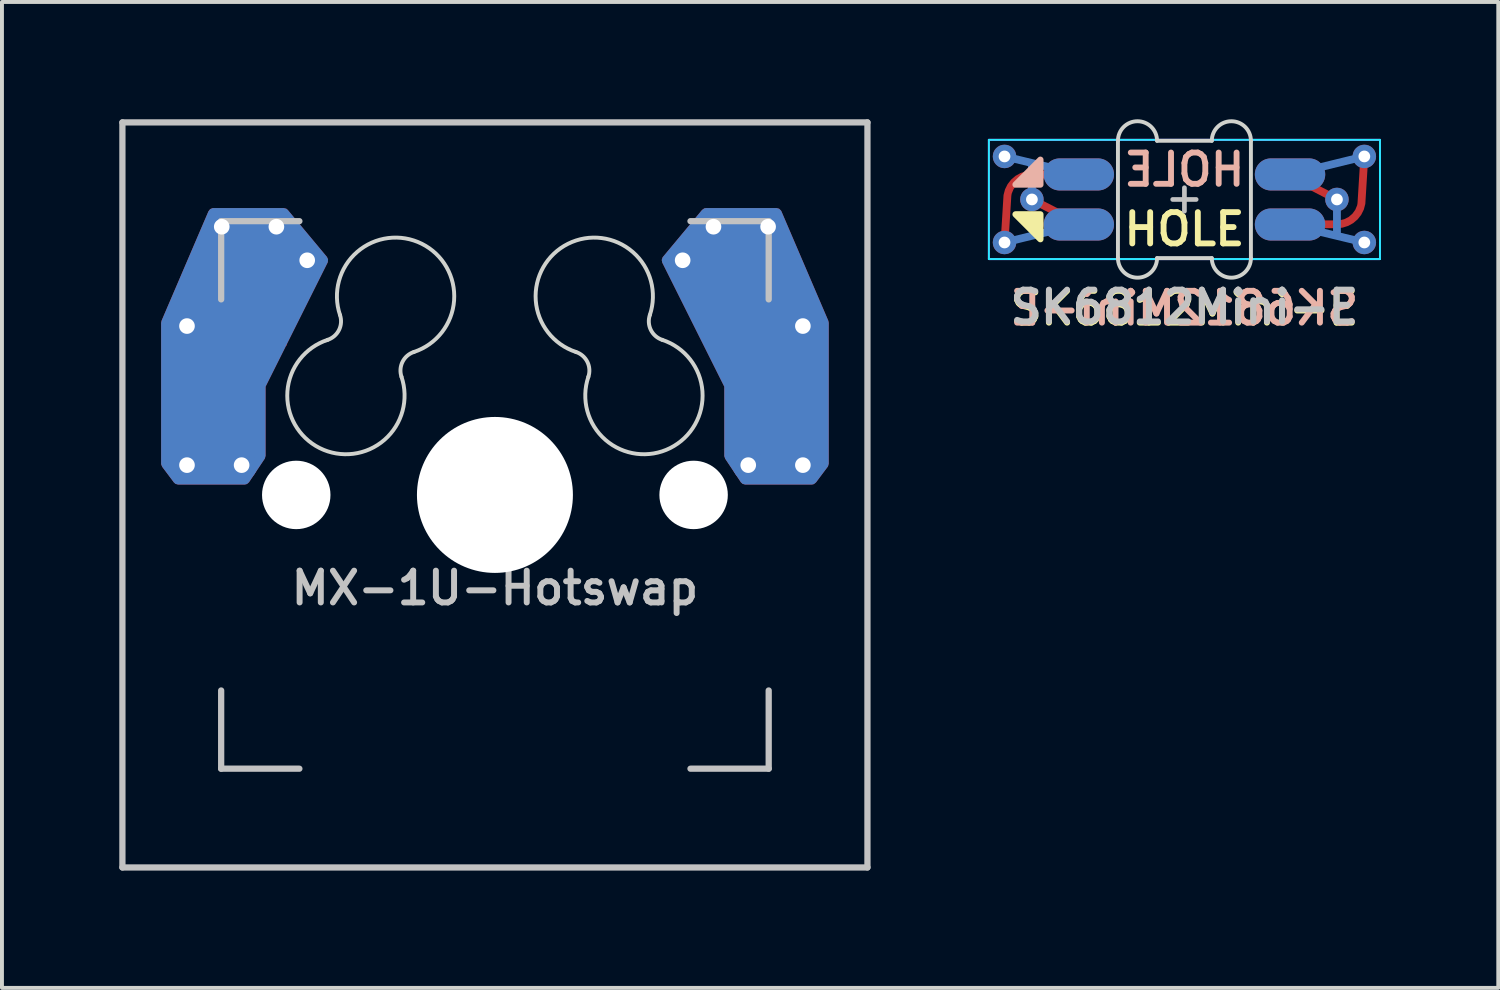
<source format=kicad_pcb>
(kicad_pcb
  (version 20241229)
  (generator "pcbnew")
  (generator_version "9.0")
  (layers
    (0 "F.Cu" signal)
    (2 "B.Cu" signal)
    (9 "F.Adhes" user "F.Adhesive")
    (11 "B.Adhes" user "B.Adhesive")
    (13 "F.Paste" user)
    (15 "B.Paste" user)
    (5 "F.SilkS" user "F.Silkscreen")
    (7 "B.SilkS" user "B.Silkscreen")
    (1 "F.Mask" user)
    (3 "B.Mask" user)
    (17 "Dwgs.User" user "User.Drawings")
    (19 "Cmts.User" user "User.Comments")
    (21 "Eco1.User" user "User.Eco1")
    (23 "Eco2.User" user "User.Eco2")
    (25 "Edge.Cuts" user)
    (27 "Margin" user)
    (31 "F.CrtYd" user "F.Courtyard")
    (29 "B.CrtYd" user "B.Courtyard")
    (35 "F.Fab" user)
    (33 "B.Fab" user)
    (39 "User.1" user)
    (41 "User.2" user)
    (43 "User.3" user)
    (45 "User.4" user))
  (footprint "MX-1U-Hotswap"
    (layer "F.Cu")
    (at 9.605 9.605)
    (property "Reference" "MX-1U-Hotswap" (at 0 2.381 0) (layer "Dwgs.User") (effects (font (size 0.813 0.813) (thickness 0.152))))
    (attr through_hole)
    (fp_line (start -9.525 -9.525) (end 9.525 -9.525) (stroke (width 0.16) (type solid)) (layer "Dwgs.User"))
    (fp_line (start -9.525 9.525) (end -9.525 -9.525) (stroke (width 0.16) (type solid)) (layer "Dwgs.User"))
    (fp_line (start -7 -7) (end -7 -5) (stroke (width 0.16) (type solid)) (layer "Dwgs.User"))
    (fp_line (start -7 5) (end -7 7) (stroke (width 0.16) (type solid)) (layer "Dwgs.User"))
    (fp_line (start -7 7) (end -5 7) (stroke (width 0.16) (type solid)) (layer "Dwgs.User"))
    (fp_line (start -5 -7) (end -7 -7) (stroke (width 0.16) (type solid)) (layer "Dwgs.User"))
    (fp_line (start 5 -7) (end 7 -7) (stroke (width 0.16) (type solid)) (layer "Dwgs.User"))
    (fp_line (start 5 7) (end 7 7) (stroke (width 0.16) (type solid)) (layer "Dwgs.User"))
    (fp_line (start 7 -7) (end 7 -5) (stroke (width 0.16) (type solid)) (layer "Dwgs.User"))
    (fp_line (start 7 7) (end 7 5) (stroke (width 0.16) (type solid)) (layer "Dwgs.User"))
    (fp_line (start 9.525 -9.525) (end 9.525 9.525) (stroke (width 0.16) (type solid)) (layer "Dwgs.User"))
    (fp_line (start 9.525 9.525) (end -9.525 9.525) (stroke (width 0.16) (type solid)) (layer "Dwgs.User"))
    (fp_line (start -1.191 -1.191) (end 1.191 1.191) (stroke (width 0.16) (type solid)) (layer "Cmts.User"))
    (fp_line (start -1.191 1.191) (end 1.191 -1.191) (stroke (width 0.16) (type solid)) (layer "Cmts.User"))
    (fp_arc (start -3.96108 -4.600241) (mid -3.987242 -4.216863) (end -4.277581 -3.965135) (stroke (width 0.1) (type solid)) (layer "Edge.Cuts"))
    (fp_arc (start -3.96108 -4.600241) (mid -1.869375 -6.421603) (end -2.070859 -3.655379) (stroke (width 0.1) (type solid)) (layer "Edge.Cuts"))
    (fp_arc (start -2.389 -3.02) (mid -4.481247 -1.198706) (end -4.277581 -3.965135) (stroke (width 0.1) (type solid)) (layer "Edge.Cuts"))
    (fp_arc (start -2.389 -3.02) (mid -2.362333 -3.403985) (end -2.070858 -3.655378) (stroke (width 0.1) (type solid)) (layer "Edge.Cuts"))
    (fp_arc (start 2.070858 -3.655378) (mid 2.362333 -3.403985) (end 2.389 -3.02) (stroke (width 0.1) (type solid)) (layer "Edge.Cuts"))
    (fp_arc (start 2.070859 -3.655379) (mid 1.869375 -6.421604) (end 3.96108 -4.600241) (stroke (width 0.1) (type solid)) (layer "Edge.Cuts"))
    (fp_arc (start 4.277581 -3.965135) (mid 4.481247 -1.198706) (end 2.389 -3.02) (stroke (width 0.1) (type solid)) (layer "Edge.Cuts"))
    (fp_arc (start 4.277581 -3.965135) (mid 3.987242 -4.216863) (end 3.96108 -4.600241) (stroke (width 0.1) (type solid)) (layer "Edge.Cuts"))
    (pad "" np_thru_hole circle (at -5.08 0 48) (size 1.75 1.75) (drill 1.75) (layers "*.Cu" "*.Mask"))
    (pad "" np_thru_hole circle (at 0 0) (size 3.988 3.988) (drill 3.988) (layers "*.Cu" "*.Mask"))
    (pad "" np_thru_hole circle (at 5.08 0 48) (size 1.75 1.75) (drill 1.75) (layers "*.Cu" "*.Mask"))
    (pad "1" thru_hole circle (at -7.874 -4.318) (size 0.8 0.8) (drill 0.4) (layers "*.Cu"))
    (pad "1" thru_hole circle (at -7.874 -0.762) (size 0.8 0.8) (drill 0.4) (layers "*.Cu"))
    (pad "1" smd custom (at -7.285 -2.54 180) (size 2.35 2.5) (layers "B.Cu") (options (anchor rect)) (primitives (gr_poly (pts (xy -1.285 -1.54) (xy -1.285 0.26) (xy -2.885 3.46) (xy -1.885 4.66) (xy -0.085 4.66) (xy 1.115 1.86) (xy 1.115 -1.74) (xy 0.815 -2.14) (xy -0.885 -2.14)) (width 0.27) (fill yes))))
    (pad "1" smd rect (at -7.2 -2.54 180) (size 2.35 2.5) (layers "B.Cu" "B.Mask" "B.Paste"))
    (pad "1" thru_hole circle (at -6.985 -6.858) (size 0.8 0.8) (drill 0.4) (layers "*.Cu"))
    (pad "1" smd custom (at -6.499 -5.067 180) (size 2.15 2.5) (layers "F.Cu") (options (anchor rect)) (primitives (gr_poly (pts (xy -0.499 -4.067) (xy -0.499 -2.267) (xy -2.099 0.933) (xy -1.099 2.133) (xy 0.701 2.133) (xy 1.901 -0.667) (xy 1.901 -4.267) (xy 1.601 -4.667) (xy -0.099 -4.667)) (width 0.27) (fill yes))))
    (pad "1" thru_hole circle (at -6.477 -0.762) (size 0.8 0.8) (drill 0.4) (layers "*.Cu"))
    (pad "1" smd rect (at -6.399 -5.067 180) (size 2.15 2.5) (layers "F.Cu" "F.Mask" "F.Paste"))
    (pad "1" thru_hole circle (at -5.588 -6.858) (size 0.8 0.8) (drill 0.4) (layers "*.Cu"))
    (pad "1" thru_hole circle (at -4.8 -6) (size 0.8 0.8) (drill 0.4) (layers "*.Cu"))
    (pad "2" thru_hole circle (at 4.8 -6) (size 0.8 0.8) (drill 0.4) (layers "*.Cu"))
    (pad "2" thru_hole circle (at 5.588 -6.858) (size 0.8 0.8) (drill 0.4) (layers "*.Cu"))
    (pad "2" smd rect (at 6.425 -5.067) (size 2.15 2.5) (layers "B.Cu" "B.Mask" "B.Paste"))
    (pad "2" smd custom (at 6.425 -5.067 180) (size 2.15 2.5) (layers "B.Cu") (options (anchor rect)) (primitives (gr_poly (pts (xy 0.425 -4.067) (xy 0.425 -2.267) (xy 2.025 0.933) (xy 1.025 2.133) (xy -0.775 2.133) (xy -1.975 -0.667) (xy -1.975 -4.267) (xy -1.675 -4.667) (xy 0.025 -4.667)) (width 0.27) (fill yes))))
    (pad "2" thru_hole circle (at 6.477 -0.762) (size 0.8 0.8) (drill 0.4) (layers "*.Cu"))
    (pad "2" thru_hole circle (at 6.985 -6.858) (size 0.8 0.8) (drill 0.4) (layers "*.Cu"))
    (pad "2" smd rect (at 7.212 -2.54) (size 2.35 2.5) (layers "F.Cu" "F.Mask" "F.Paste"))
    (pad "2" smd custom (at 7.212 -2.54 180) (size 2.35 2.5) (layers "F.Cu") (options (anchor rect)) (primitives (gr_poly (pts (xy 1.212 -1.54) (xy 1.212 0.26) (xy 2.812 3.46) (xy 1.812 4.66) (xy 0.012 4.66) (xy -1.188 1.86) (xy -1.188 -1.74) (xy -0.888 -2.14) (xy 0.812 -2.14)) (width 0.27) (fill yes))))
    (pad "2" thru_hole circle (at 7.874 -4.318) (size 0.8 0.8) (drill 0.4) (layers "*.Cu"))
    (pad "2" thru_hole circle (at 7.874 -0.762) (size 0.8 0.8) (drill 0.4) (layers "*.Cu")))
  (footprint "SK6812Mini-E"
    (layer "F.Cu")
    (at 27.235 2.05)
    (property "Reference" "SK6812Mini-E" (at 0 2.75 0) (layer "Dwgs.User") (effects (font (size 0.813 0.813) (thickness 0.152))))
    (attr through_hole)
    (fp_poly (pts (xy -4.318 0.381) (xy -3.683 0.381) (xy -3.683 1.016)) (stroke (width 0.16) (type solid)) (fill yes) (layer "F.SilkS"))
    (fp_poly (pts (xy -3.683 -1.016) (xy -3.683 -0.381) (xy -4.318 -0.381)) (stroke (width 0.16) (type solid)) (fill yes) (layer "B.SilkS"))
    (fp_line (start -0.3 0) (end 0.3 0) (stroke (width 0.12) (type solid)) (layer "Dwgs.User"))
    (fp_line (start 0 0.3) (end 0 -0.3) (stroke (width 0.12) (type solid)) (layer "Dwgs.User"))
    (fp_line (start -1.7 -1.5) (end -1.7 1.5) (stroke (width 0.1) (type solid)) (layer "Edge.Cuts"))
    (fp_line (start -0.7 -1.5) (end 0.7 -1.5) (stroke (width 0.1) (type solid)) (layer "Edge.Cuts"))
    (fp_line (start -0.7 1.5) (end 0.7 1.5) (stroke (width 0.1) (type solid)) (layer "Edge.Cuts"))
    (fp_line (start 1.7 1.5) (end 1.7 -1.5) (stroke (width 0.1) (type solid)) (layer "Edge.Cuts"))
    (fp_arc (start -1.7 -1.5) (mid -1.2 -2) (end -0.7 -1.5) (stroke (width 0.1) (type solid)) (layer "Edge.Cuts"))
    (fp_arc (start -0.7 1.5) (mid -1.2 2) (end -1.7 1.5) (stroke (width 0.1) (type solid)) (layer "Edge.Cuts"))
    (fp_arc (start 0.7 -1.5) (mid 1.2 -2) (end 1.7 -1.5) (stroke (width 0.1) (type solid)) (layer "Edge.Cuts"))
    (fp_arc (start 1.7 1.5) (mid 1.2 2) (end 0.7 1.5) (stroke (width 0.1) (type solid)) (layer "Edge.Cuts"))
    (fp_line (start -5 -1.524) (end 5 -1.524) (stroke (width 0.05) (type solid)) (layer "B.CrtYd"))
    (fp_line (start -5 1.524) (end -5 -1.524) (stroke (width 0.05) (type solid)) (layer "B.CrtYd"))
    (fp_line (start 5 -1.524) (end 5 1.524) (stroke (width 0.05) (type solid)) (layer "B.CrtYd"))
    (fp_line (start 5 1.524) (end -5 1.524) (stroke (width 0.05) (type solid)) (layer "B.CrtYd"))
    (fp_line (start -5 -1.524) (end -5 1.524) (stroke (width 0.05) (type solid)) (layer "F.CrtYd"))
    (fp_line (start -5 -1.524) (end 5 -1.524) (stroke (width 0.05) (type solid)) (layer "F.CrtYd"))
    (fp_line (start 5 -1.524) (end 5 1.524) (stroke (width 0.05) (type solid)) (layer "F.CrtYd"))
    (fp_line (start 5 1.524) (end -5 1.524) (stroke (width 0.05) (type solid)) (layer "F.CrtYd"))
    (fp_text user "HOLE" (at 0 0.762 0) (layer "F.SilkS") (effects (font (size 0.8 0.8) (thickness 0.15))))
    (fp_text user "${REFERENCE}" (at 0 2.781 0) (layer "F.SilkS") (effects (font (size 0.813 0.813) (thickness 0.152))))
    (fp_text user "${REFERENCE}" (at 0 2.781 0) (layer "B.SilkS") (effects (font (size 0.813 0.813) (thickness 0.152)) (justify mirror)))
    (fp_text user "HOLE" (at 0 -0.762 0) (layer "B.SilkS") (effects (font (size 0.8 0.8) (thickness 0.15)) (justify mirror)))
    (pad "1" smd custom (at 2.7 -0.64 180) (size 0.01 0.01) (layers "F.Cu") (options (anchor circle)) (primitives (gr_line (start -1.2 -0.64) (end 0.033 -0.005) (width 0.2))))
    (pad "1" smd oval (at 2.7 -0.64) (size 1.8 0.82) (layers "F.Cu" "F.Mask" "F.Paste"))
    (pad "1" smd custom (at 2.7 0.64 180) (size 0.01 0.01) (layers "B.Cu") (options (anchor circle)) (primitives (gr_line (start 0.033 0.005) (end -1.9 -0.46) (width 0.2)) (gr_line (start -1.2 0.64) (end -1.2 -0.26) (width 0.2))))
    (pad "1" smd oval (at 2.7 0.64) (size 1.8 0.82) (layers "B.Cu" "B.Mask" "B.Paste"))
    (pad "1" thru_hole circle (at 3.9 0 180) (size 0.6 0.6) (drill 0.3) (layers "*.Cu"))
    (pad "1" thru_hole circle (at 4.6 1.1 180) (size 0.6 0.6) (drill 0.3) (layers "*.Cu"))
    (pad "2" smd custom (at 2.7 -0.64 180) (size 0.01 0.01) (layers "B.Cu") (options (anchor circle)) (primitives (gr_line (start -1.9 0.46) (end 0 -0.005) (width 0.2))))
    (pad "2" smd oval (at 2.7 -0.64) (size 1.8 0.82) (layers "B.Cu" "B.Mask" "B.Paste"))
    (pad "2" smd custom (at 2.7 0.64 180) (size 0.01 0.01) (layers "F.Cu") (options (anchor circle)) (primitives (gr_arc (start -1.826182 0.540664) (mid -1.611399 0.157142) (end -1.199 0.005) (width 0.2)) (gr_line (start -1.826 0.541) (end -1.9 1.74) (width 0.2)) (gr_line (start -1.199 0.005) (end 0 0.005) (width 0.2))))
    (pad "2" smd oval (at 2.7 0.64) (size 1.8 0.82) (layers "F.Cu" "F.Mask" "F.Paste"))
    (pad "2" thru_hole circle (at 4.6 -1.1 180) (size 0.6 0.6) (drill 0.3) (layers "*.Cu"))
    (pad "3" thru_hole circle (at -4.6 -1.1) (size 0.6 0.6) (drill 0.3) (layers "*.Cu"))
    (pad "3" thru_hole circle (at -3.9 0) (size 0.6 0.6) (drill 0.3) (layers "*.Cu"))
    (pad "3" smd custom (at -2.7 -0.64) (size 0.01 0.01) (layers "B.Cu") (options (anchor circle)) (primitives (gr_line (start 0.033 0.005) (end -1.9 -0.46) (width 0.2)) (gr_line (start -1.2 0.64) (end -1.2 -0.26) (width 0.2))))
    (pad "3" smd oval (at -2.7 -0.64) (size 1.8 0.82) (layers "B.Cu" "B.Mask" "B.Paste"))
    (pad "3" smd custom (at -2.7 0.64) (size 0.01 0.01) (layers "F.Cu") (options (anchor circle)) (primitives (gr_line (start -1.2 -0.64) (end 0.033 -0.005) (width 0.2))))
    (pad "3" smd oval (at -2.7 0.64) (size 1.8 0.82) (layers "F.Cu" "F.Mask" "F.Paste"))
    (pad "4" thru_hole circle (at -4.6 1.1) (size 0.6 0.6) (drill 0.3) (layers "*.Cu"))
    (pad "4" smd custom (at -2.7 -0.64) (size 0.01 0.01) (layers "F.Cu") (options (anchor circle)) (primitives (gr_arc (start -1.826182 0.540664) (mid -1.611399 0.157142) (end -1.199 0.005) (width 0.2)) (gr_line (start -1.826 0.541) (end -1.9 1.74) (width 0.2)) (gr_line (start -1.199 0.005) (end 0 0.005) (width 0.2))))
    (pad "4" smd oval (at -2.7 -0.64) (size 1.8 0.82) (layers "F.Cu" "F.Mask" "F.Paste"))
    (pad "4" smd custom (at -2.7 0.64) (size 0.01 0.01) (layers "B.Cu") (options (anchor circle)) (primitives (gr_line (start -1.9 0.46) (end 0 -0.005) (width 0.2))))
    (pad "4" smd oval (at -2.7 0.64) (size 1.8 0.82) (layers "B.Cu" "B.Mask" "B.Paste")))
  (gr_rect
    (start -3 -3)
    (end 35.26 22.21)
    (stroke (width 0.1) (type default))
    (fill no)
    (layer "Edge.Cuts")))
</source>
